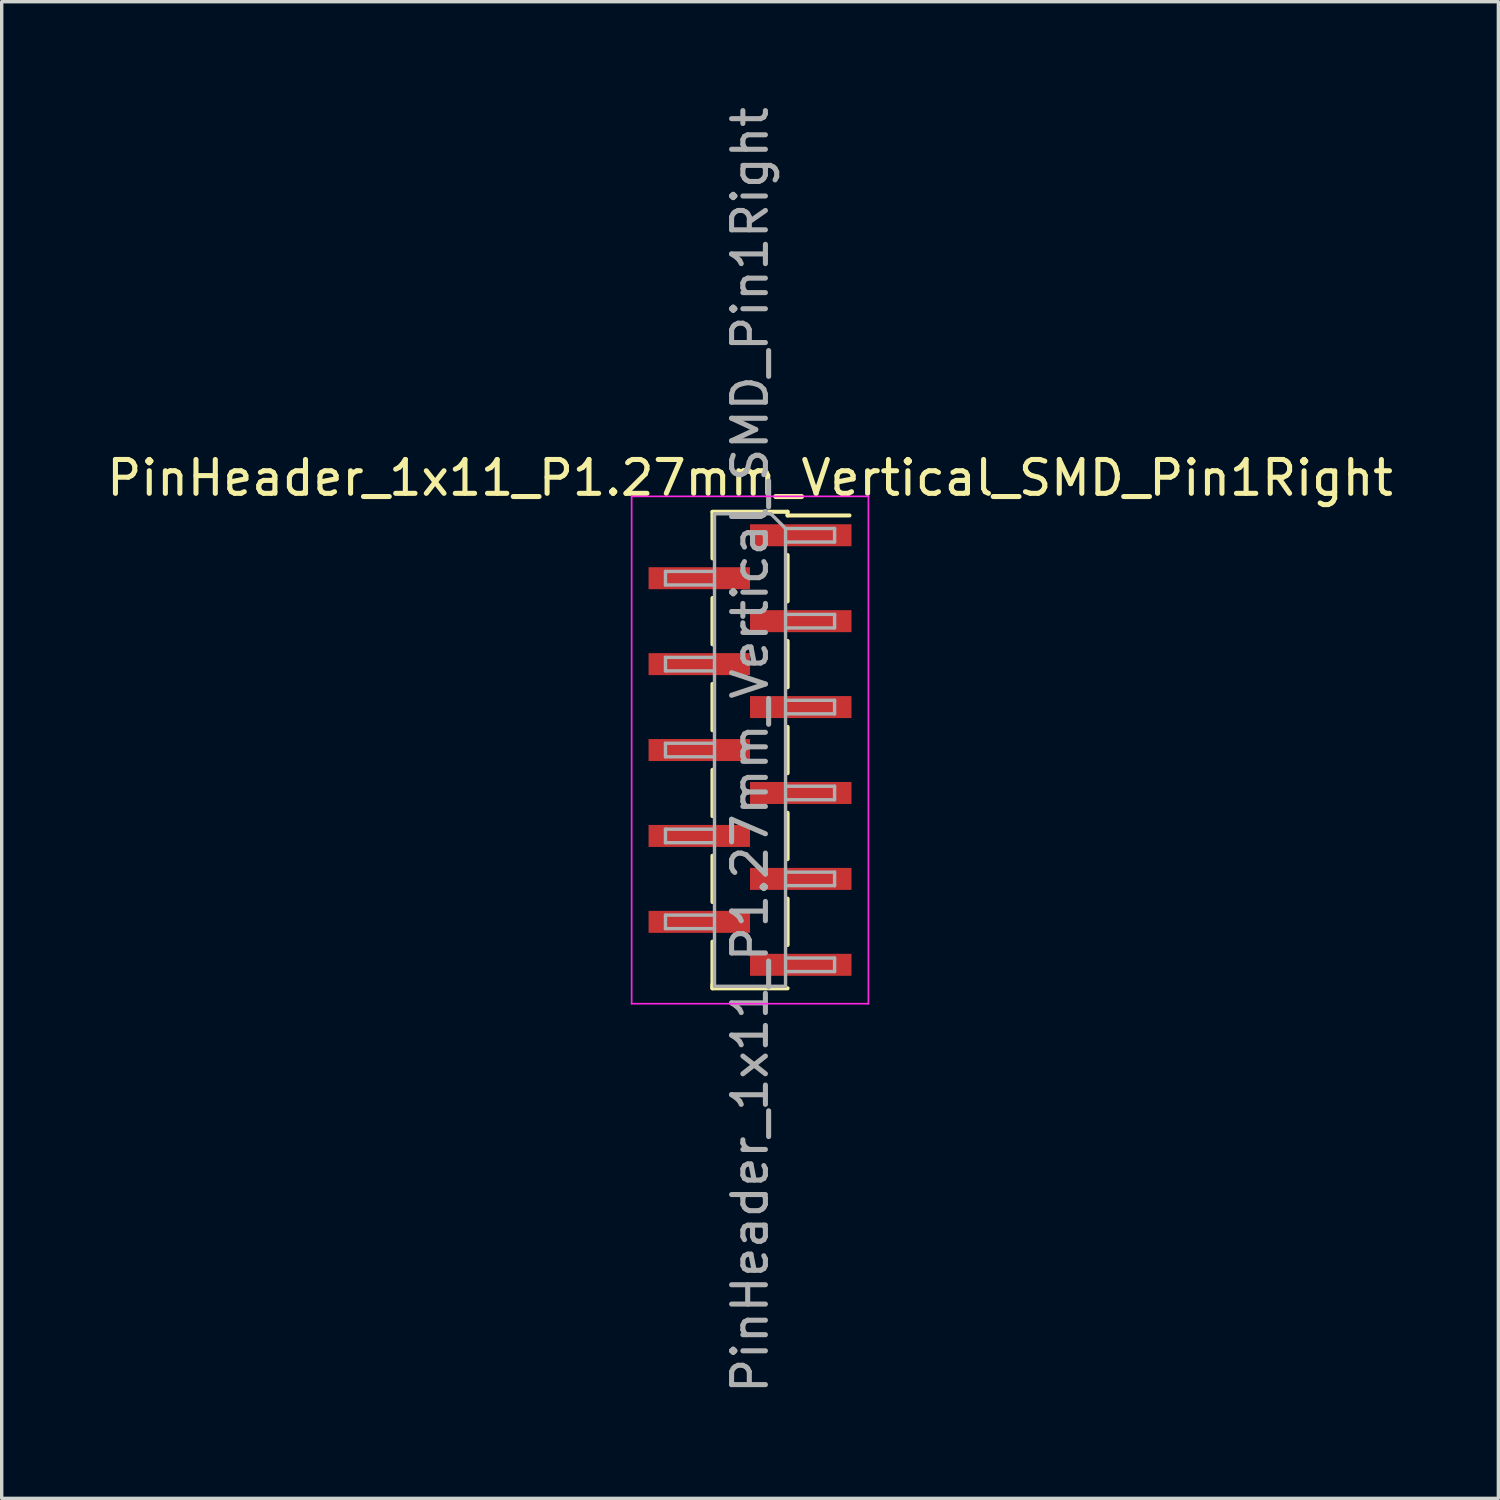
<source format=kicad_pcb>
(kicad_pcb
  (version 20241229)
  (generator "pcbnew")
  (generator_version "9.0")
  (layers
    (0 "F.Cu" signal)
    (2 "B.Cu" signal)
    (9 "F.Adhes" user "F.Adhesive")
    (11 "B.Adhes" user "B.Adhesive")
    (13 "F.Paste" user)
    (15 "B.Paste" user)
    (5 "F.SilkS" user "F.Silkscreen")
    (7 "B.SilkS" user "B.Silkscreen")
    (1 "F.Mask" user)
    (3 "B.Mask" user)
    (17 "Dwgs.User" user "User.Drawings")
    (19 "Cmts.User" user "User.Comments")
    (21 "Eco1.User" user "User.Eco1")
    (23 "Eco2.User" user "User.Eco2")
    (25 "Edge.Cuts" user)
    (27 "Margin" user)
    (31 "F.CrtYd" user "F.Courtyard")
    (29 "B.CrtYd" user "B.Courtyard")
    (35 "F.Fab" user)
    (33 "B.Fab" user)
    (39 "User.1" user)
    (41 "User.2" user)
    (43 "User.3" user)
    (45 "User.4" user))
  (footprint "PinHeader_1x11_P1.27mm_Vertical_SMD_Pin1Right"
    (layer "F.Cu")
    (at 19.125 19.125)
    (property "Reference" "PinHeader_1x11_P1.27mm_Vertical_SMD_Pin1Right" (at 0 -8.045 0) (layer "F.SilkS") (effects (font (size 1 1) (thickness 0.15))))
    (attr smd)
    (fp_line (start -1.11 -7.045) (end 1.11 -7.045) (stroke (width 0.12) (type solid)) (layer "F.SilkS"))
    (fp_line (start -1.11 -7.035) (end -1.11 -5.665) (stroke (width 0.12) (type solid)) (layer "F.SilkS"))
    (fp_line (start -1.11 -4.495) (end -1.11 -3.125) (stroke (width 0.12) (type solid)) (layer "F.SilkS"))
    (fp_line (start -1.11 -1.955) (end -1.11 -0.585) (stroke (width 0.12) (type solid)) (layer "F.SilkS"))
    (fp_line (start -1.11 0.585) (end -1.11 1.955) (stroke (width 0.12) (type solid)) (layer "F.SilkS"))
    (fp_line (start -1.11 3.125) (end -1.11 4.495) (stroke (width 0.12) (type solid)) (layer "F.SilkS"))
    (fp_line (start -1.11 5.665) (end -1.11 7.035) (stroke (width 0.12) (type solid)) (layer "F.SilkS"))
    (fp_line (start -1.11 6.935) (end -1.11 7.045) (stroke (width 0.12) (type solid)) (layer "F.SilkS"))
    (fp_line (start -1.11 7.045) (end 1.11 7.045) (stroke (width 0.12) (type solid)) (layer "F.SilkS"))
    (fp_line (start 1.11 -7.045) (end 1.11 -6.935) (stroke (width 0.12) (type solid)) (layer "F.SilkS"))
    (fp_line (start 1.11 -6.935) (end 2.94 -6.935) (stroke (width 0.12) (type solid)) (layer "F.SilkS"))
    (fp_line (start 1.11 -5.765) (end 1.11 -4.395) (stroke (width 0.12) (type solid)) (layer "F.SilkS"))
    (fp_line (start 1.11 -3.225) (end 1.11 -1.855) (stroke (width 0.12) (type solid)) (layer "F.SilkS"))
    (fp_line (start 1.11 -0.685) (end 1.11 0.685) (stroke (width 0.12) (type solid)) (layer "F.SilkS"))
    (fp_line (start 1.11 1.855) (end 1.11 3.225) (stroke (width 0.12) (type solid)) (layer "F.SilkS"))
    (fp_line (start 1.11 4.395) (end 1.11 5.765) (stroke (width 0.12) (type solid)) (layer "F.SilkS"))
    (fp_line (start -3.5 -7.5) (end -3.5 7.5) (stroke (width 0.05) (type solid)) (layer "F.CrtYd"))
    (fp_line (start -3.5 7.5) (end 3.5 7.5) (stroke (width 0.05) (type solid)) (layer "F.CrtYd"))
    (fp_line (start 3.5 -7.5) (end -3.5 -7.5) (stroke (width 0.05) (type solid)) (layer "F.CrtYd"))
    (fp_line (start 3.5 7.5) (end 3.5 -7.5) (stroke (width 0.05) (type solid)) (layer "F.CrtYd"))
    (fp_line (start -2.5 -5.28) (end -2.5 -4.88) (stroke (width 0.1) (type solid)) (layer "F.Fab"))
    (fp_line (start -2.5 -4.88) (end -1.05 -4.88) (stroke (width 0.1) (type solid)) (layer "F.Fab"))
    (fp_line (start -2.5 -2.74) (end -2.5 -2.34) (stroke (width 0.1) (type solid)) (layer "F.Fab"))
    (fp_line (start -2.5 -2.34) (end -1.05 -2.34) (stroke (width 0.1) (type solid)) (layer "F.Fab"))
    (fp_line (start -2.5 -0.2) (end -2.5 0.2) (stroke (width 0.1) (type solid)) (layer "F.Fab"))
    (fp_line (start -2.5 0.2) (end -1.05 0.2) (stroke (width 0.1) (type solid)) (layer "F.Fab"))
    (fp_line (start -2.5 2.34) (end -2.5 2.74) (stroke (width 0.1) (type solid)) (layer "F.Fab"))
    (fp_line (start -2.5 2.74) (end -1.05 2.74) (stroke (width 0.1) (type solid)) (layer "F.Fab"))
    (fp_line (start -2.5 4.88) (end -2.5 5.28) (stroke (width 0.1) (type solid)) (layer "F.Fab"))
    (fp_line (start -2.5 5.28) (end -1.05 5.28) (stroke (width 0.1) (type solid)) (layer "F.Fab"))
    (fp_line (start -1.05 -6.985) (end -1.05 6.985) (stroke (width 0.1) (type solid)) (layer "F.Fab"))
    (fp_line (start -1.05 -6.985) (end 0.615 -6.985) (stroke (width 0.1) (type solid)) (layer "F.Fab"))
    (fp_line (start -1.05 -5.28) (end -2.5 -5.28) (stroke (width 0.1) (type solid)) (layer "F.Fab"))
    (fp_line (start -1.05 -2.74) (end -2.5 -2.74) (stroke (width 0.1) (type solid)) (layer "F.Fab"))
    (fp_line (start -1.05 -0.2) (end -2.5 -0.2) (stroke (width 0.1) (type solid)) (layer "F.Fab"))
    (fp_line (start -1.05 2.34) (end -2.5 2.34) (stroke (width 0.1) (type solid)) (layer "F.Fab"))
    (fp_line (start -1.05 4.88) (end -2.5 4.88) (stroke (width 0.1) (type solid)) (layer "F.Fab"))
    (fp_line (start 1.05 -6.55) (end 0.615 -6.985) (stroke (width 0.1) (type solid)) (layer "F.Fab"))
    (fp_line (start 1.05 -6.55) (end 2.5 -6.55) (stroke (width 0.1) (type solid)) (layer "F.Fab"))
    (fp_line (start 1.05 -4.01) (end 2.5 -4.01) (stroke (width 0.1) (type solid)) (layer "F.Fab"))
    (fp_line (start 1.05 -1.47) (end 2.5 -1.47) (stroke (width 0.1) (type solid)) (layer "F.Fab"))
    (fp_line (start 1.05 1.07) (end 2.5 1.07) (stroke (width 0.1) (type solid)) (layer "F.Fab"))
    (fp_line (start 1.05 3.61) (end 2.5 3.61) (stroke (width 0.1) (type solid)) (layer "F.Fab"))
    (fp_line (start 1.05 6.15) (end 2.5 6.15) (stroke (width 0.1) (type solid)) (layer "F.Fab"))
    (fp_line (start 1.05 6.985) (end -1.05 6.985) (stroke (width 0.1) (type solid)) (layer "F.Fab"))
    (fp_line (start 1.05 6.985) (end 1.05 -6.55) (stroke (width 0.1) (type solid)) (layer "F.Fab"))
    (fp_line (start 2.5 -6.55) (end 2.5 -6.15) (stroke (width 0.1) (type solid)) (layer "F.Fab"))
    (fp_line (start 2.5 -6.15) (end 1.05 -6.15) (stroke (width 0.1) (type solid)) (layer "F.Fab"))
    (fp_line (start 2.5 -4.01) (end 2.5 -3.61) (stroke (width 0.1) (type solid)) (layer "F.Fab"))
    (fp_line (start 2.5 -3.61) (end 1.05 -3.61) (stroke (width 0.1) (type solid)) (layer "F.Fab"))
    (fp_line (start 2.5 -1.47) (end 2.5 -1.07) (stroke (width 0.1) (type solid)) (layer "F.Fab"))
    (fp_line (start 2.5 -1.07) (end 1.05 -1.07) (stroke (width 0.1) (type solid)) (layer "F.Fab"))
    (fp_line (start 2.5 1.07) (end 2.5 1.47) (stroke (width 0.1) (type solid)) (layer "F.Fab"))
    (fp_line (start 2.5 1.47) (end 1.05 1.47) (stroke (width 0.1) (type solid)) (layer "F.Fab"))
    (fp_line (start 2.5 3.61) (end 2.5 4.01) (stroke (width 0.1) (type solid)) (layer "F.Fab"))
    (fp_line (start 2.5 4.01) (end 1.05 4.01) (stroke (width 0.1) (type solid)) (layer "F.Fab"))
    (fp_line (start 2.5 6.15) (end 2.5 6.55) (stroke (width 0.1) (type solid)) (layer "F.Fab"))
    (fp_line (start 2.5 6.55) (end 1.05 6.55) (stroke (width 0.1) (type solid)) (layer "F.Fab"))
    (fp_text user "${REFERENCE}" (at 0 0 90) (layer "F.Fab") (effects (font (size 1 1) (thickness 0.15))))
    (pad "1" smd rect (at 1.5 -6.35) (size 3 0.65) (layers "F.Cu" "F.Mask" "F.Paste"))
    (pad "2" smd rect (at -1.5 -5.08) (size 3 0.65) (layers "F.Cu" "F.Mask" "F.Paste"))
    (pad "3" smd rect (at 1.5 -3.81) (size 3 0.65) (layers "F.Cu" "F.Mask" "F.Paste"))
    (pad "4" smd rect (at -1.5 -2.54) (size 3 0.65) (layers "F.Cu" "F.Mask" "F.Paste"))
    (pad "5" smd rect (at 1.5 -1.27) (size 3 0.65) (layers "F.Cu" "F.Mask" "F.Paste"))
    (pad "6" smd rect (at -1.5 0) (size 3 0.65) (layers "F.Cu" "F.Mask" "F.Paste"))
    (pad "7" smd rect (at 1.5 1.27) (size 3 0.65) (layers "F.Cu" "F.Mask" "F.Paste"))
    (pad "8" smd rect (at -1.5 2.54) (size 3 0.65) (layers "F.Cu" "F.Mask" "F.Paste"))
    (pad "9" smd rect (at 1.5 3.81) (size 3 0.65) (layers "F.Cu" "F.Mask" "F.Paste"))
    (pad "10" smd rect (at -1.5 5.08) (size 3 0.65) (layers "F.Cu" "F.Mask" "F.Paste"))
    (pad "11" smd rect (at 1.5 6.35) (size 3 0.65) (layers "F.Cu" "F.Mask" "F.Paste")))
  (gr_rect
    (start -3 -3)
    (end 41.25 41.25)
    (stroke (width 0.1) (type default))
    (fill no)
    (layer "Edge.Cuts")))
</source>
